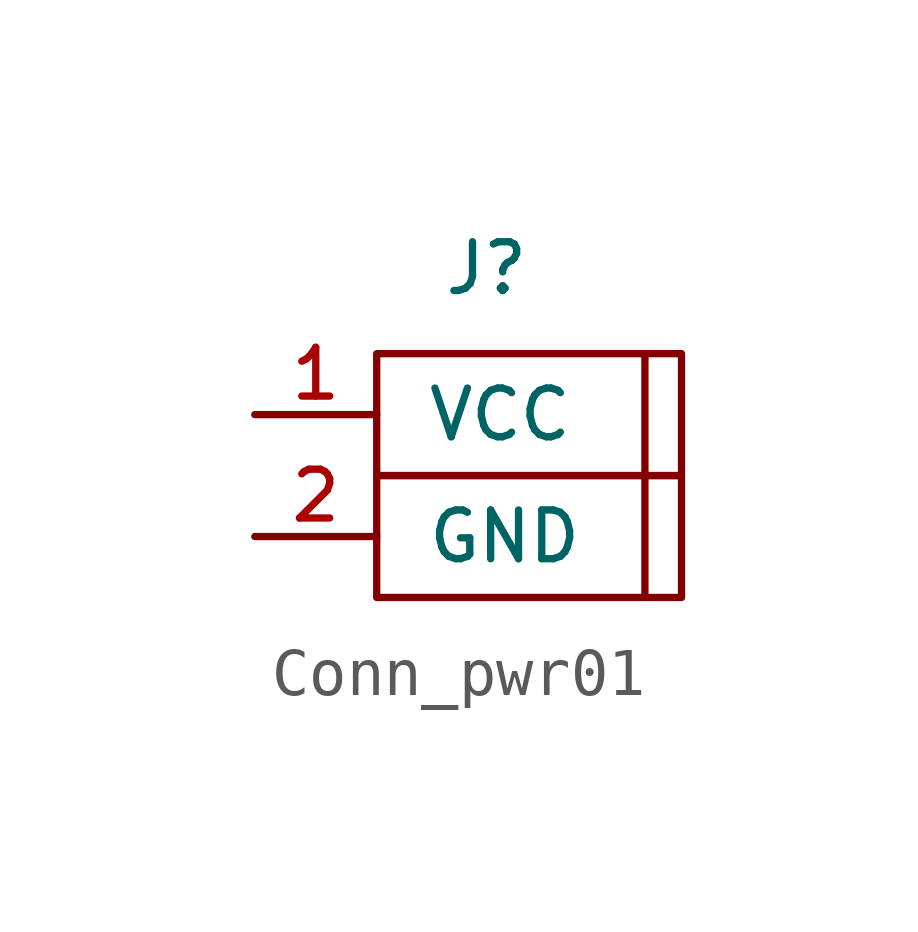
<source format=kicad_sym>
(kicad_symbol_lib
  (version 20231120)
  (generator "kicad_symbol_editor")
  (generator_version "8.0")
  (symbol "Conn_pwr01"
    (pin_names
      (offset 1.016))
    (property "Reference" "J"
      (at -0.254 3.048 0)
      (effects (font (size 1.016 1.016))))
    (symbol "Conn_pwr01_0_1"
      (rectangle (start -2.54 -1.27) (end 3.81 -3.81) (stroke (width 0) (type default)) (fill (type none)))
      (rectangle (start -2.54 1.27) (end 3.81 -1.27) (stroke (width 0) (type default)) (fill (type none)))
      (polyline (pts (xy 3.048 1.27) (xy 3.048 -3.81)) (stroke (width 0) (type default)) (fill (type none))))
    (symbol "Conn_pwr01_1_1"
      (pin power_in line (at -5.08 0 0) (length 2.54) (name "VCC" (effects (font (size 1.016 1.016)))) (number "1" (effects (font (size 1.016 1.016)))))
      (pin power_in line (at -5.08 -2.54 0) (length 2.54) (name "GND" (effects (font (size 1.016 1.016)))) (number "2" (effects (font (size 1.016 1.016))))))))
</source>
